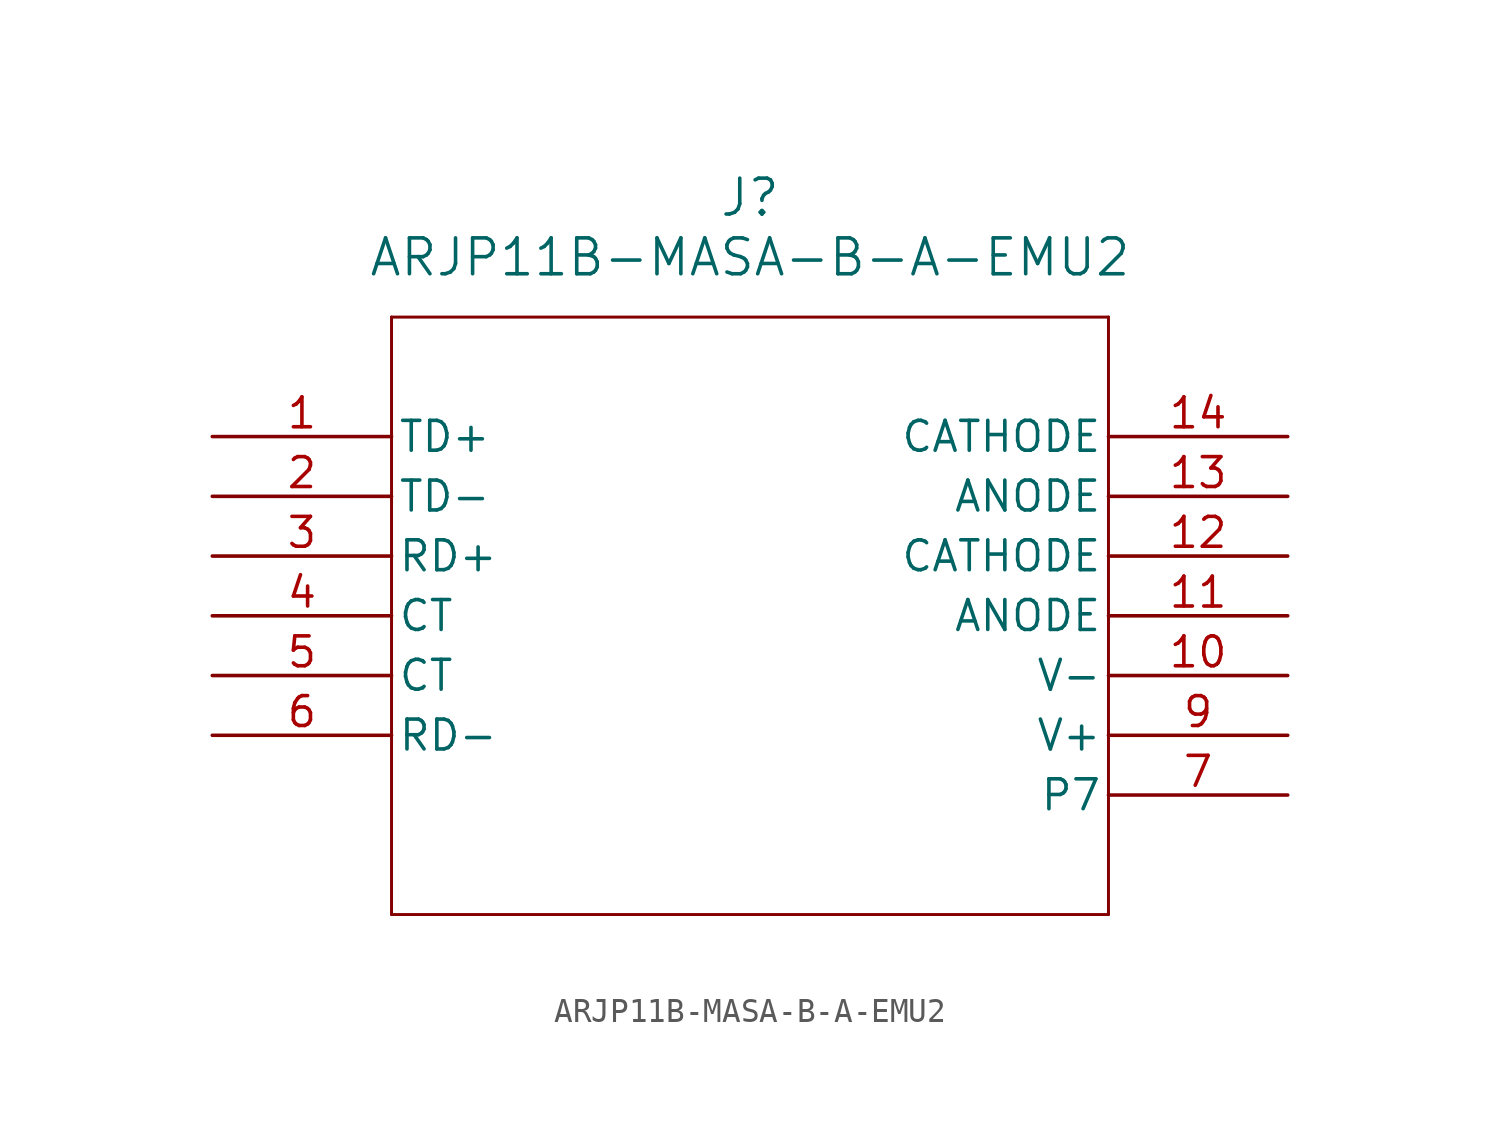
<source format=kicad_sym>
(kicad_symbol_lib
  (version 20211014)
  (generator kicad_symbol_editor)
  (symbol "ARJP11B-MASA-B-A-EMU2"
    (pin_names
      (offset 0.254))
    (property "Reference" "J"
      (at 22.86 10.16 0)
      (effects (font (size 1.524 1.524))))
    (property "Value" "ARJP11B-MASA-B-A-EMU2"
      (at 22.86 7.62 0)
      (effects (font (size 1.524 1.524))))
    (symbol "ARJP11B-MASA-B-A-EMU2_0_1"
      (polyline (pts (xy 7.62 5.08) (xy 7.62 -20.32)) (stroke (width 0.127) (type default) (color 0 0 0 0)) (fill (type none)))
      (polyline (pts (xy 7.62 -20.32) (xy 38.1 -20.32)) (stroke (width 0.127) (type default) (color 0 0 0 0)) (fill (type none)))
      (polyline (pts (xy 38.1 -20.32) (xy 38.1 5.08)) (stroke (width 0.127) (type default) (color 0 0 0 0)) (fill (type none)))
      (polyline (pts (xy 38.1 5.08) (xy 7.62 5.08)) (stroke (width 0.127) (type default) (color 0 0 0 0)) (fill (type none)))
      (pin unspecified line (at 0 0 0) (length 7.62) (name "TD+" (effects (font (size 1.27 1.27)))) (number "1" (effects (font (size 1.27 1.27)))))
      (pin unspecified line (at 0 -2.54 0) (length 7.62) (name "TD-" (effects (font (size 1.27 1.27)))) (number "2" (effects (font (size 1.27 1.27)))))
      (pin unspecified line (at 0 -5.08 0) (length 7.62) (name "RD+" (effects (font (size 1.27 1.27)))) (number "3" (effects (font (size 1.27 1.27)))))
      (pin unspecified line (at 0 -7.62 0) (length 7.62) (name "CT" (effects (font (size 1.27 1.27)))) (number "4" (effects (font (size 1.27 1.27)))))
      (pin unspecified line (at 0 -10.16 0) (length 7.62) (name "CT" (effects (font (size 1.27 1.27)))) (number "5" (effects (font (size 1.27 1.27)))))
      (pin unspecified line (at 0 -12.7 0) (length 7.62) (name "RD-" (effects (font (size 1.27 1.27)))) (number "6" (effects (font (size 1.27 1.27)))))
      (pin unspecified line (at 45.72 -15.24 180) (length 7.62) (name "P7" (effects (font (size 1.27 1.27)))) (number "7" (effects (font (size 1.27 1.27)))))
      (pin power_in line (at 45.72 -12.7 180) (length 7.62) (name "V+" (effects (font (size 1.27 1.27)))) (number "9" (effects (font (size 1.27 1.27)))))
      (pin power_in line (at 45.72 -10.16 180) (length 7.62) (name "V-" (effects (font (size 1.27 1.27)))) (number "10" (effects (font (size 1.27 1.27)))))
      (pin input line (at 45.72 -7.62 180) (length 7.62) (name "ANODE" (effects (font (size 1.27 1.27)))) (number "11" (effects (font (size 1.27 1.27)))))
      (pin output line (at 45.72 -5.08 180) (length 7.62) (name "CATHODE" (effects (font (size 1.27 1.27)))) (number "12" (effects (font (size 1.27 1.27)))))
      (pin input line (at 45.72 -2.54 180) (length 7.62) (name "ANODE" (effects (font (size 1.27 1.27)))) (number "13" (effects (font (size 1.27 1.27)))))
      (pin output line (at 45.72 0 180) (length 7.62) (name "CATHODE" (effects (font (size 1.27 1.27)))) (number "14" (effects (font (size 1.27 1.27))))))))
</source>
